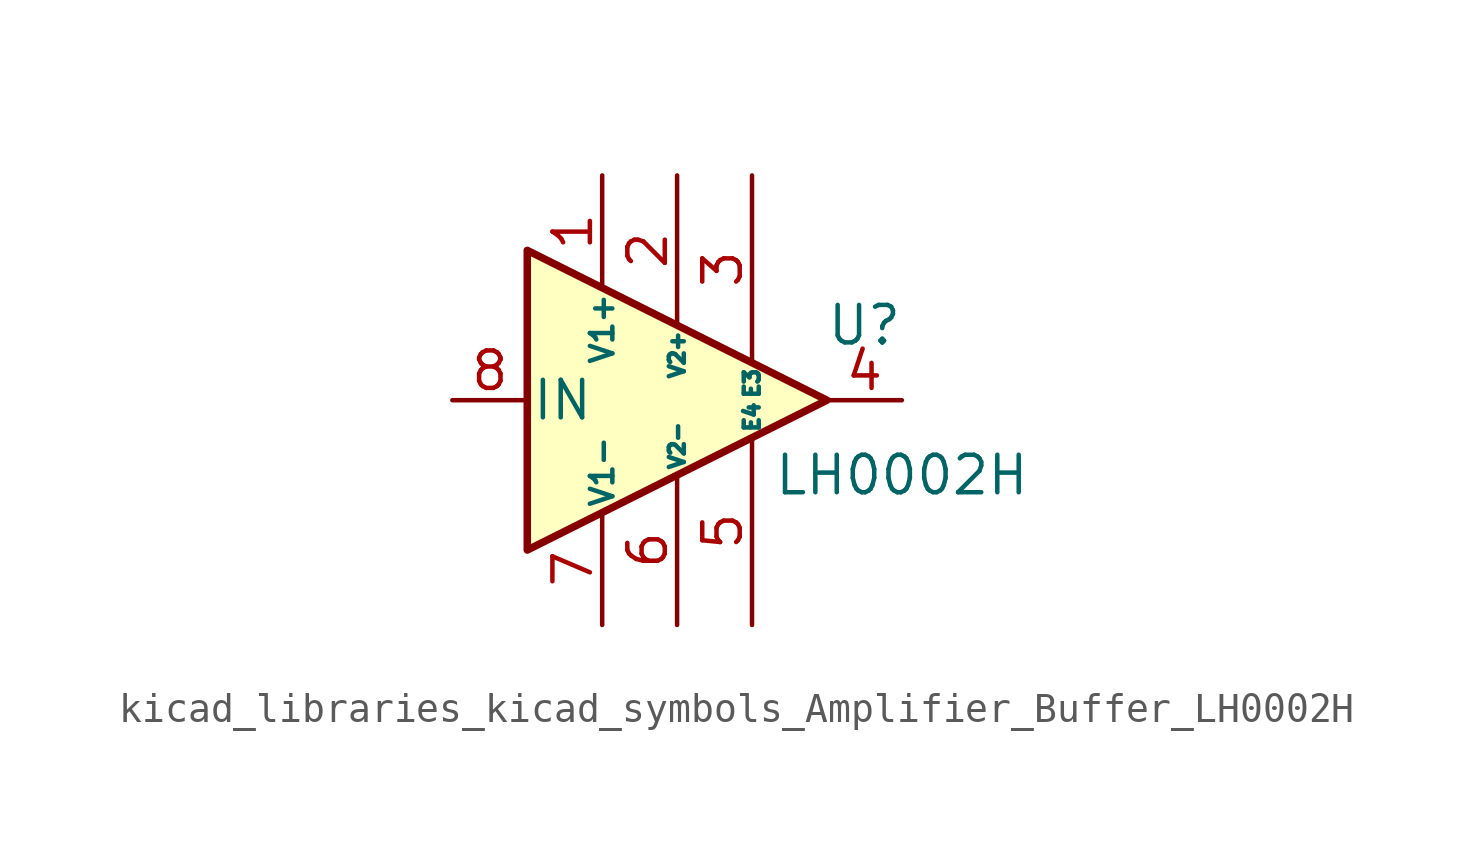
<source format=kicad_sym>
(kicad_symbol_lib
  (version 20220914)
  (generator kicad_symbol_editor)
  (symbol "kicad_libraries_kicad_symbols_Amplifier_Buffer_LH0002H"
    (pin_names
      (offset 0.127))
    (property "Reference" "U"
      (at 6.35 2.54 0)
      (effects (font (size 1.27 1.27))))
    (property "Value" "LH0002H"
      (at 7.62 -2.54 0)
      (effects (font (size 1.27 1.27))))
    (symbol "kicad_libraries_kicad_symbols_Amplifier_Buffer_LH0002H_0_1"
      (polyline (pts (xy 5.08 0) (xy -5.08 5.08) (xy -5.08 -5.08) (xy 5.08 0)) (stroke (width 0.254) (type default)) (fill (type background))))
    (symbol "kicad_libraries_kicad_symbols_Amplifier_Buffer_LH0002H_1_1"
      (pin power_in line (at -2.54 7.62 270) (length 3.81) (name "V1+" (effects (font (size 0.762 0.762)))) (number "1" (effects (font (size 1.27 1.27)))))
      (pin power_in line (at 0 7.62 270) (length 5.08) (name "V2+" (effects (font (size 0.508 0.508)))) (number "2" (effects (font (size 1.27 1.27)))))
      (pin passive line (at 2.54 7.62 270) (length 6.35) (name "E3" (effects (font (size 0.508 0.508)))) (number "3" (effects (font (size 1.27 1.27)))))
      (pin output line (at 7.62 0 180) (length 2.54) (name "~" (effects (font (size 1.27 1.27)))) (number "4" (effects (font (size 1.27 1.27)))))
      (pin passive line (at 2.54 -7.62 90) (length 6.35) (name "E4" (effects (font (size 0.508 0.508)))) (number "5" (effects (font (size 1.27 1.27)))))
      (pin power_in line (at 0 -7.62 90) (length 5.08) (name "V2-" (effects (font (size 0.508 0.508)))) (number "6" (effects (font (size 1.27 1.27)))))
      (pin power_in line (at -2.54 -7.62 90) (length 3.81) (name "V1-" (effects (font (size 0.762 0.762)))) (number "7" (effects (font (size 1.27 1.27)))))
      (pin input line (at -7.62 0 0) (length 2.54) (name "IN" (effects (font (size 1.27 1.27)))) (number "8" (effects (font (size 1.27 1.27))))))))
</source>
